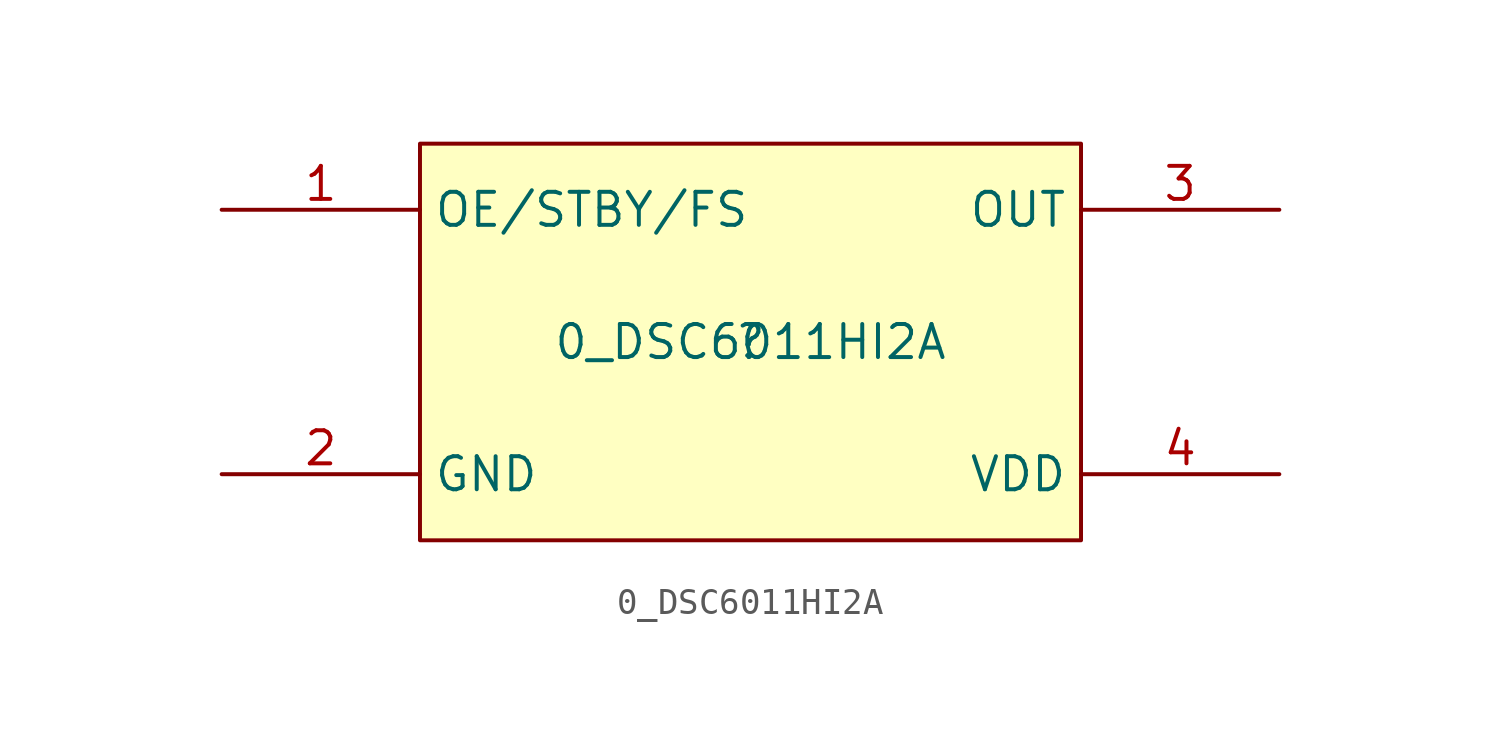
<source format=kicad_sym>
(kicad_symbol_lib
  (version 20211014)
  (generator kicad_symbol_editor)
  (symbol "0_DSC6011HI2A"
    (property "Reference" ""
      (at 0 0 0)
      (effects (font (size 1.27 1.27))))
    (property "Value" "0_DSC6011HI2A"
      (at 0 0 0)
      (effects (font (size 1.27 1.27))))
    (symbol "0_DSC6011HI2A_1_0"
      (rectangle (start 12.7 7.62) (end -12.7 -7.62) (stroke (width 0) (type default) (color 0 0 0 0)) (fill (type background)))
      (pin passive line (at -20.32 5.08 0) (length 7.62) (name "OE/STBY/FS" (effects (font (size 1.27 1.27)))) (number "1" (effects (font (size 1.27 1.27)))))
      (pin passive line (at -20.32 -5.08 0) (length 7.62) (name "GND" (effects (font (size 1.27 1.27)))) (number "2" (effects (font (size 1.27 1.27)))))
      (pin passive line (at 20.32 5.08 180) (length 7.62) (name "OUT" (effects (font (size 1.27 1.27)))) (number "3" (effects (font (size 1.27 1.27)))))
      (pin passive line (at 20.32 -5.08 180) (length 7.62) (name "VDD" (effects (font (size 1.27 1.27)))) (number "4" (effects (font (size 1.27 1.27))))))))
</source>
